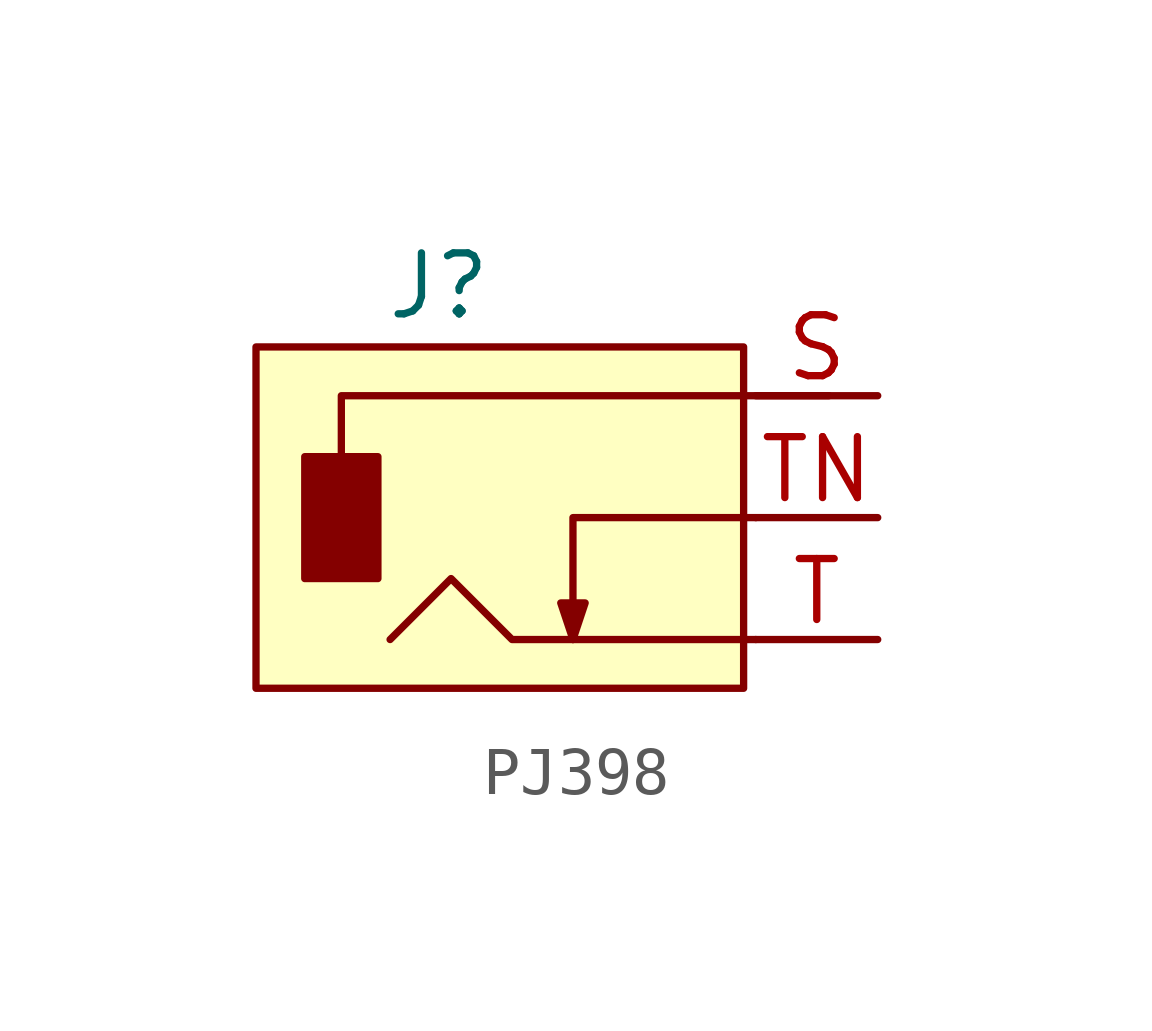
<source format=kicad_sym>
(kicad_symbol_lib
  (version 20241209)
  (generator "kicad_symbol_editor")
  (generator_version "9.0")
  (symbol "PJ398"
    (property "Reference" "J"
      (at -9.144 2.286 0)
      (effects (font (size 1.27 1.27))))
    (property "Value" ""
      (at 0 0 0)
      (effects (font (size 1.27 1.27))))
    (symbol "PJ398_0_1"
      (rectangle (start -12.954 1.016) (end -2.794 -6.096) (stroke (width 0) (type default)) (fill (type background)))
      (rectangle (start -11.938 -1.27) (end -10.414 -3.81) (stroke (width 0) (type default)) (fill (type outline)))
      (polyline (pts (xy -6.35 -5.08) (xy -6.096 -4.318) (xy -6.604 -4.318) (xy -6.35 -5.08)) (stroke (width 0) (type default)) (fill (type outline)))
      (polyline (pts (xy -2.54 -2.54) (xy -6.35 -2.54) (xy -6.35 -5.08)) (stroke (width 0) (type default)) (fill (type none)))
      (polyline (pts (xy -2.54 -5.08) (xy -7.62 -5.08) (xy -8.89 -3.81) (xy -10.16 -5.08)) (stroke (width 0) (type default)) (fill (type none)))
      (polyline (pts (xy -1.016 0) (xy -11.176 0) (xy -11.176 -1.27)) (stroke (width 0) (type default)) (fill (type none))))
    (symbol "PJ398_1_1"
      (pin passive line (at 0 0 180) (length 2.54) (name "" (effects (font (size 1.27 1.27)))) (number "S" (effects (font (size 1.27 1.27)))))
      (pin passive line (at 0 -2.54 180) (length 2.54) (name "" (effects (font (size 1.27 1.27)))) (number "TN" (effects (font (size 1.27 1.27)))))
      (pin passive line (at 0 -5.08 180) (length 2.54) (name "" (effects (font (size 1.27 1.27)))) (number "T" (effects (font (size 1.27 1.27))))))))
</source>
